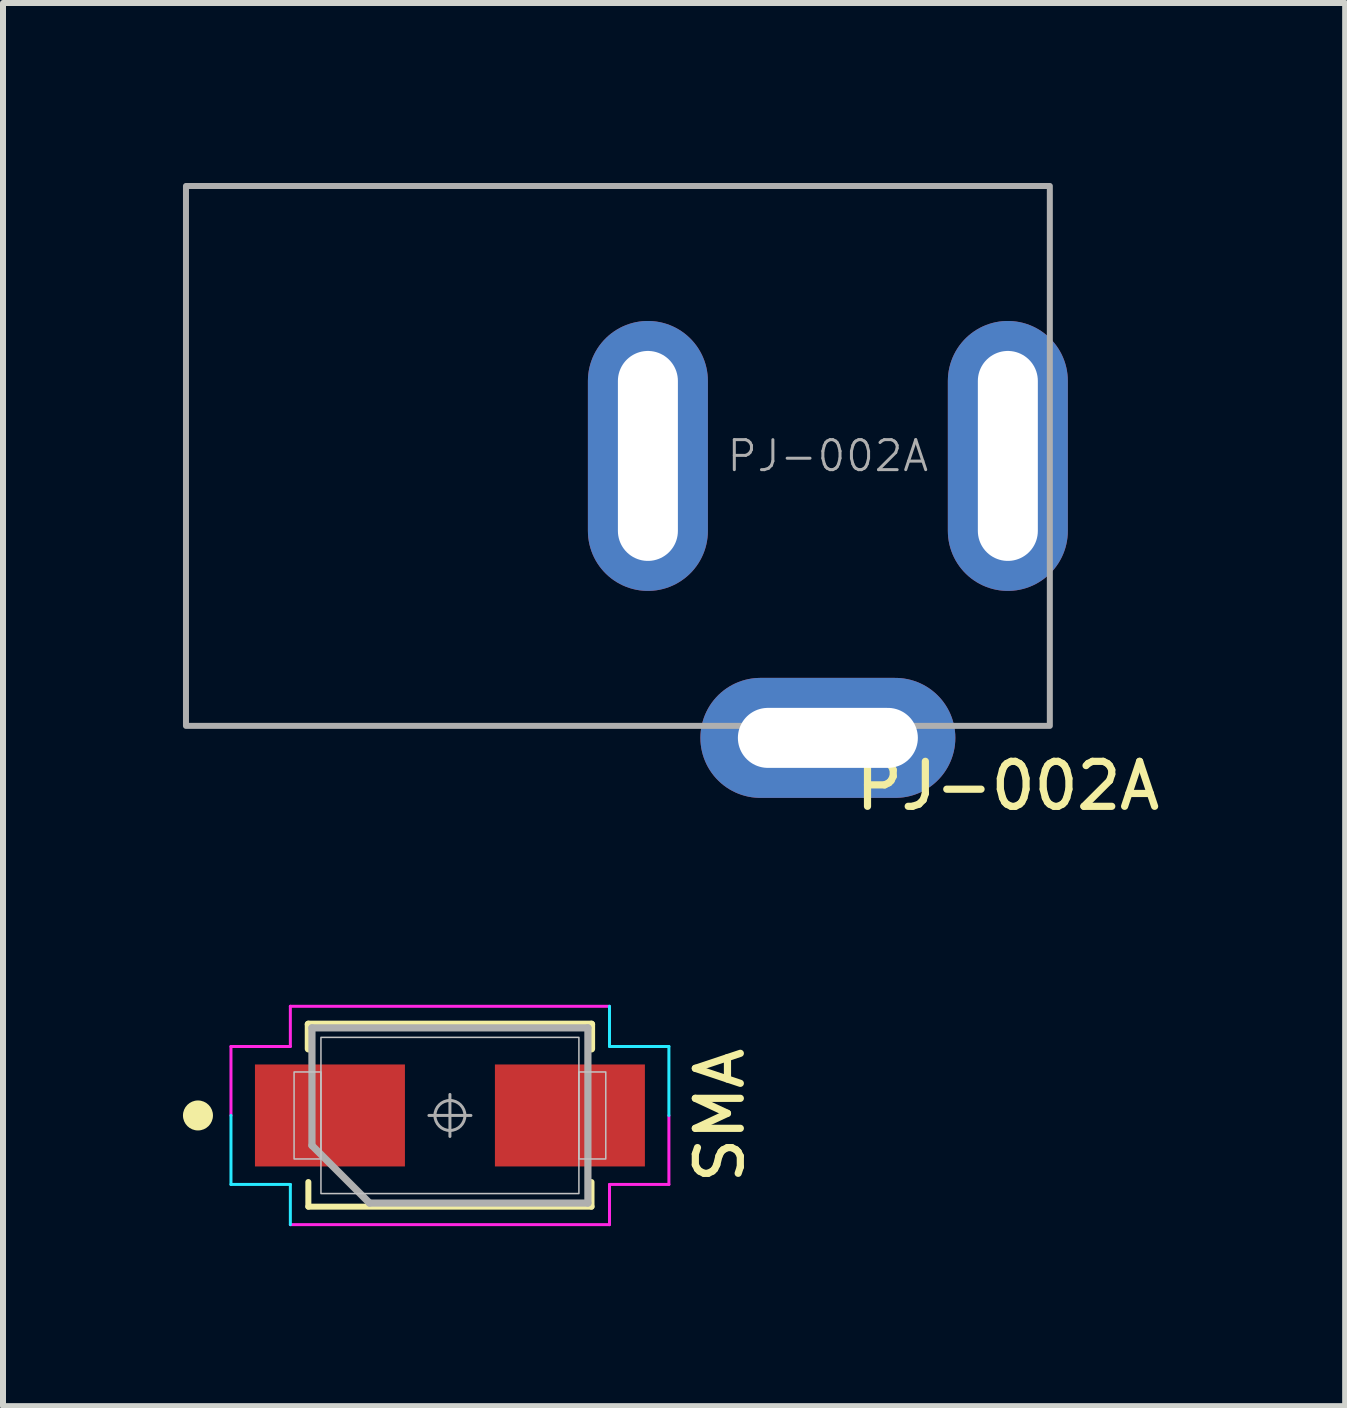
<source format=kicad_pcb>
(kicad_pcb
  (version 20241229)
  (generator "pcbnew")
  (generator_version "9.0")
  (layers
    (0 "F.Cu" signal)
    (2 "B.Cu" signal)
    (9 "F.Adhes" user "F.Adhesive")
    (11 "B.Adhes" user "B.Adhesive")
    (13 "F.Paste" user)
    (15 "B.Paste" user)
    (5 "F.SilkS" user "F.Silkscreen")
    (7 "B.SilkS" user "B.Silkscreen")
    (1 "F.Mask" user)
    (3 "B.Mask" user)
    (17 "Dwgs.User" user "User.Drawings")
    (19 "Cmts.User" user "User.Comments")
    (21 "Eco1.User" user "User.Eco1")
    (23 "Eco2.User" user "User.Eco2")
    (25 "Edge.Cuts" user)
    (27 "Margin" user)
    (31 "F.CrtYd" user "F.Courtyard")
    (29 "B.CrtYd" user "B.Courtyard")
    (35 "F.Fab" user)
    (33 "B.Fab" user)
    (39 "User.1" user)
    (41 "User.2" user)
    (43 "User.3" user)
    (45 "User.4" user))
  (footprint "SMA"
    (layer "F.Cu")
    (at 4.45 15.544)
    (property "Reference" "SMA" (at 4.5 0 270) (layer "F.SilkS") (effects (font (size 0.75 0.75) (thickness 0.12))))
    (attr smd)
    (fp_line (start -2.36 -1.52) (end -2.36 -1.11) (stroke (width 0.12) (type default)) (layer "F.SilkS"))
    (fp_line (start -2.36 -1.52) (end 2.36 -1.52) (stroke (width 0.12) (type default)) (layer "F.SilkS"))
    (fp_line (start -2.36 1.52) (end -2.36 1.11) (stroke (width 0.1) (type default)) (layer "F.SilkS"))
    (fp_line (start 2.36 -1.52) (end 2.36 -1.11) (stroke (width 0.12) (type default)) (layer "F.SilkS"))
    (fp_line (start 2.36 1.11) (end 2.36 1.52) (stroke (width 0.1) (type default)) (layer "F.SilkS"))
    (fp_line (start 2.36 1.52) (end -2.36 1.52) (stroke (width 0.1) (type default)) (layer "F.SilkS"))
    (fp_circle (center -4.2 0) (end -4 0) (stroke (width 0.1) (type solid)) (fill yes) (layer "F.SilkS"))
    (fp_rect (start -2.598 -0.725) (end -2.15 0.725) (stroke (width 0.025) (type default)) (fill no) (layer "Dwgs.User"))
    (fp_rect (start -2.15 -1.302) (end 2.15 1.302) (stroke (width 0.025) (type default)) (fill no) (layer "Dwgs.User"))
    (fp_rect (start 2.15 -0.725) (end 2.598 0.725) (stroke (width 0.025) (type default)) (fill no) (layer "Dwgs.User"))
    (fp_line (start -3.65 1.15) (end -3.65 0) (stroke (width 0.05) (type default)) (layer "B.CrtYd"))
    (fp_line (start -3.65 1.15) (end -2.66 1.15) (stroke (width 0.05) (type default)) (layer "B.CrtYd"))
    (fp_line (start -2.66 1.15) (end -2.66 1.82) (stroke (width 0.05) (type default)) (layer "B.CrtYd"))
    (fp_line (start 2.66 -1.15) (end 2.66 -1.82) (stroke (width 0.05) (type default)) (layer "B.CrtYd"))
    (fp_line (start 3.65 -1.15) (end 2.66 -1.15) (stroke (width 0.05) (type default)) (layer "B.CrtYd"))
    (fp_line (start 3.65 -1.15) (end 3.65 0) (stroke (width 0.05) (type default)) (layer "B.CrtYd"))
    (fp_line (start -3.65 -1.15) (end -3.65 0) (stroke (width 0.05) (type default)) (layer "F.CrtYd"))
    (fp_line (start -3.65 -1.15) (end -2.66 -1.15) (stroke (width 0.05) (type default)) (layer "F.CrtYd"))
    (fp_line (start -2.66 -1.15) (end -2.66 -1.82) (stroke (width 0.05) (type default)) (layer "F.CrtYd"))
    (fp_line (start -2.66 1.82) (end 2.66 1.82) (stroke (width 0.05) (type default)) (layer "F.CrtYd"))
    (fp_line (start 2.66 -1.82) (end -2.66 -1.82) (stroke (width 0.05) (type default)) (layer "F.CrtYd"))
    (fp_line (start 2.66 1.15) (end 2.66 1.82) (stroke (width 0.05) (type default)) (layer "F.CrtYd"))
    (fp_line (start 3.65 1.15) (end 2.66 1.15) (stroke (width 0.05) (type default)) (layer "F.CrtYd"))
    (fp_line (start 3.65 1.15) (end 3.65 0) (stroke (width 0.05) (type default)) (layer "F.CrtYd"))
    (fp_line (start -2.3 -1.46) (end -2.3 0.5) (stroke (width 0.12) (type default)) (layer "F.Fab"))
    (fp_line (start -2.3 -1.46) (end 2.3 -1.46) (stroke (width 0.12) (type default)) (layer "F.Fab"))
    (fp_line (start -2.3 0.5) (end -1.34 1.46) (stroke (width 0.12) (type default)) (layer "F.Fab"))
    (fp_line (start 0 -0.35) (end 0 0.35) (stroke (width 0.05) (type solid)) (layer "F.Fab"))
    (fp_line (start 0.35 0) (end -0.35 0) (stroke (width 0.05) (type solid)) (layer "F.Fab"))
    (fp_line (start 2.3 -1.46) (end 2.3 1.46) (stroke (width 0.12) (type default)) (layer "F.Fab"))
    (fp_line (start 2.3 1.46) (end -1.34 1.46) (stroke (width 0.12) (type default)) (layer "F.Fab"))
    (fp_circle (center 0 0) (end 0.25 0) (stroke (width 0.05) (type solid)) (fill no) (layer "F.Fab"))
    (pad "1" smd rect (at -2 0) (size 2.5 1.7) (layers "F.Cu" "F.Mask" "F.Paste"))
    (pad "2" smd rect (at 2 0) (size 2.5 1.7) (layers "F.Cu" "F.Mask" "F.Paste")))
  (footprint "PJ-002A"
    (layer "F.Cu")
    (at 10.75 4.55)
    (property "Reference" "PJ-002A" (at 3 5.5 0) (unlocked yes) (layer "F.SilkS") (effects (font (size 0.75 0.75) (thickness 0.12))))
    (attr through_hole)
    (fp_rect (start -10.7 -4.5) (end 3.7 4.5) (stroke (width 0.1) (type default)) (fill no) (layer "F.Fab"))
    (fp_text user "${REFERENCE}" (at 0 0 0) (unlocked yes) (layer "F.Fab") (effects (font (size 0.5 0.5) (thickness 0.05))))
    (pad "1" thru_hole oval (at 3 0) (size 2 4.5) (drill oval 1 3.5) (layers "*.Cu" "*.Mask"))
    (pad "2" thru_hole oval (at -3 0) (size 2 4.5) (drill oval 1 3.5) (layers "*.Cu" "*.Mask"))
    (pad "3" thru_hole oval (at 0 4.7 90) (size 2 4.25) (drill oval 1 3) (layers "*.Cu" "*.Mask")))
  (gr_rect
    (start -3 -3)
    (end 19.373 20.389)
    (stroke (width 0.1) (type default))
    (fill no)
    (layer "Edge.Cuts")))
</source>
